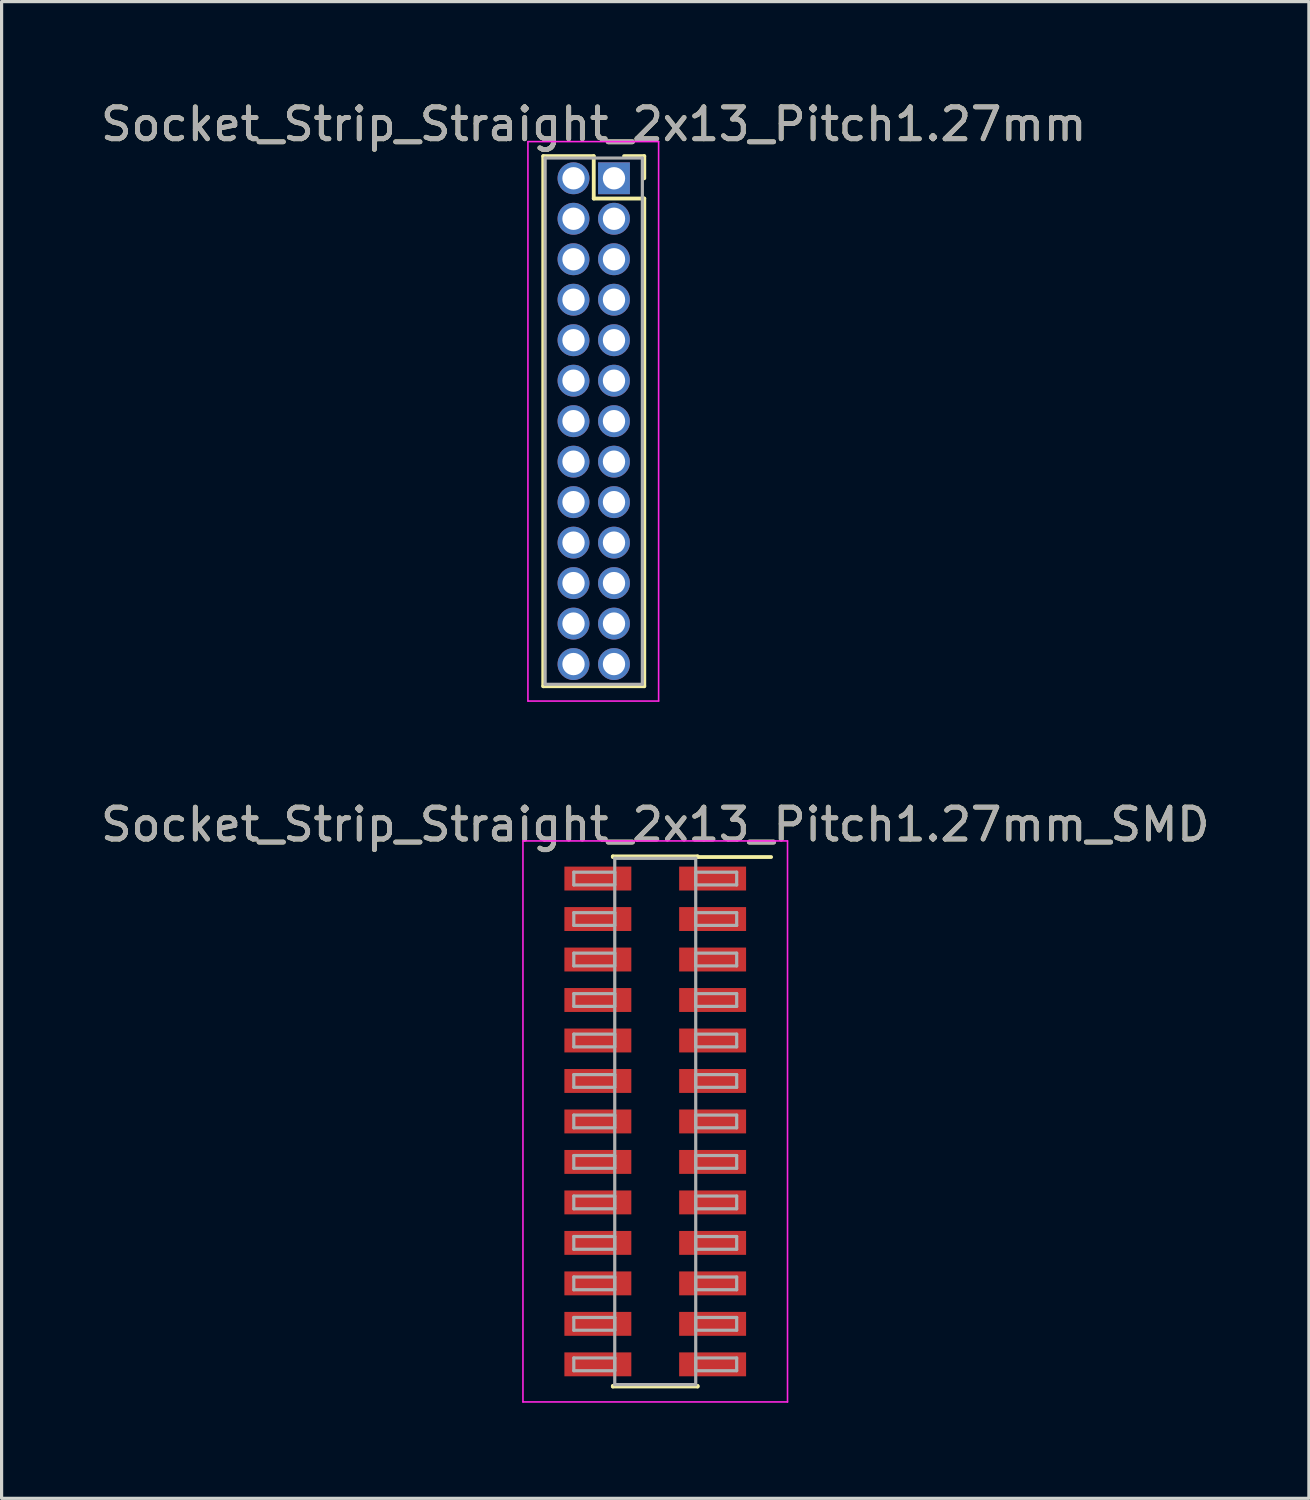
<source format=kicad_pcb>
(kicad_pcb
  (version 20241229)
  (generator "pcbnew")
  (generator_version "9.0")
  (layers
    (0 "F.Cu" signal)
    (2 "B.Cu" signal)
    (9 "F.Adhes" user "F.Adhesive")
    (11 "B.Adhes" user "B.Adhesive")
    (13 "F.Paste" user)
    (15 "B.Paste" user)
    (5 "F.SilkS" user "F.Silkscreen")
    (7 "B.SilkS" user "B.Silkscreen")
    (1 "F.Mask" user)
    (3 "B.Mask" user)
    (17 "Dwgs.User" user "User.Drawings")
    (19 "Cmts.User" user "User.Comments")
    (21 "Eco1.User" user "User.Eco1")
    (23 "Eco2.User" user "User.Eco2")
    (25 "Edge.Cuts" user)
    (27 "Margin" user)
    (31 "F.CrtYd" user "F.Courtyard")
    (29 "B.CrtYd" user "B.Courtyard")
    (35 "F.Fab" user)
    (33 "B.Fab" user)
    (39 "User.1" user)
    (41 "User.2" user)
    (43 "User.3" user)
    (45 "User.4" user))
  (footprint "Socket_Strip_Straight_2x13_Pitch1.27mm_SMD"
    (layer "F.Cu")
    (at 17.506 32.132)
    (property "Reference" "Socket_Strip_Straight_2x13_Pitch1.27mm_SMD" (at 0 -9.315 0) (layer "F.SilkS") (effects (font (size 1 1) (thickness 0.15))))
    (attr smd)
    (fp_line (start -1.33 -8.315) (end 1.33 -8.315) (stroke (width 0.12) (type solid)) (layer "F.SilkS"))
    (fp_line (start -1.33 -8.295) (end -1.33 -8.315) (stroke (width 0.12) (type solid)) (layer "F.SilkS"))
    (fp_line (start -1.33 8.295) (end -1.33 8.315) (stroke (width 0.12) (type solid)) (layer "F.SilkS"))
    (fp_line (start -1.33 8.315) (end 1.33 8.315) (stroke (width 0.12) (type solid)) (layer "F.SilkS"))
    (fp_line (start 1.33 -8.315) (end 1.33 -8.295) (stroke (width 0.12) (type solid)) (layer "F.SilkS"))
    (fp_line (start 1.33 8.315) (end 1.33 8.295) (stroke (width 0.12) (type solid)) (layer "F.SilkS"))
    (fp_line (start 3.635 -8.295) (end 1.33 -8.295) (stroke (width 0.12) (type solid)) (layer "F.SilkS"))
    (fp_line (start -4.15 -8.8) (end -4.15 8.8) (stroke (width 0.05) (type solid)) (layer "F.CrtYd"))
    (fp_line (start -4.15 8.8) (end 4.15 8.8) (stroke (width 0.05) (type solid)) (layer "F.CrtYd"))
    (fp_line (start 4.15 -8.8) (end -4.15 -8.8) (stroke (width 0.05) (type solid)) (layer "F.CrtYd"))
    (fp_line (start 4.15 8.8) (end 4.15 -8.8) (stroke (width 0.05) (type solid)) (layer "F.CrtYd"))
    (fp_line (start -2.555 -7.82) (end -1.27 -7.82) (stroke (width 0.1) (type solid)) (layer "F.Fab"))
    (fp_line (start -2.555 -7.42) (end -2.555 -7.82) (stroke (width 0.1) (type solid)) (layer "F.Fab"))
    (fp_line (start -2.555 -6.55) (end -1.27 -6.55) (stroke (width 0.1) (type solid)) (layer "F.Fab"))
    (fp_line (start -2.555 -6.15) (end -2.555 -6.55) (stroke (width 0.1) (type solid)) (layer "F.Fab"))
    (fp_line (start -2.555 -5.28) (end -1.27 -5.28) (stroke (width 0.1) (type solid)) (layer "F.Fab"))
    (fp_line (start -2.555 -4.88) (end -2.555 -5.28) (stroke (width 0.1) (type solid)) (layer "F.Fab"))
    (fp_line (start -2.555 -4.01) (end -1.27 -4.01) (stroke (width 0.1) (type solid)) (layer "F.Fab"))
    (fp_line (start -2.555 -3.61) (end -2.555 -4.01) (stroke (width 0.1) (type solid)) (layer "F.Fab"))
    (fp_line (start -2.555 -2.74) (end -1.27 -2.74) (stroke (width 0.1) (type solid)) (layer "F.Fab"))
    (fp_line (start -2.555 -2.34) (end -2.555 -2.74) (stroke (width 0.1) (type solid)) (layer "F.Fab"))
    (fp_line (start -2.555 -1.47) (end -1.27 -1.47) (stroke (width 0.1) (type solid)) (layer "F.Fab"))
    (fp_line (start -2.555 -1.07) (end -2.555 -1.47) (stroke (width 0.1) (type solid)) (layer "F.Fab"))
    (fp_line (start -2.555 -0.2) (end -1.27 -0.2) (stroke (width 0.1) (type solid)) (layer "F.Fab"))
    (fp_line (start -2.555 0.2) (end -2.555 -0.2) (stroke (width 0.1) (type solid)) (layer "F.Fab"))
    (fp_line (start -2.555 1.07) (end -1.27 1.07) (stroke (width 0.1) (type solid)) (layer "F.Fab"))
    (fp_line (start -2.555 1.47) (end -2.555 1.07) (stroke (width 0.1) (type solid)) (layer "F.Fab"))
    (fp_line (start -2.555 2.34) (end -1.27 2.34) (stroke (width 0.1) (type solid)) (layer "F.Fab"))
    (fp_line (start -2.555 2.74) (end -2.555 2.34) (stroke (width 0.1) (type solid)) (layer "F.Fab"))
    (fp_line (start -2.555 3.61) (end -1.27 3.61) (stroke (width 0.1) (type solid)) (layer "F.Fab"))
    (fp_line (start -2.555 4.01) (end -2.555 3.61) (stroke (width 0.1) (type solid)) (layer "F.Fab"))
    (fp_line (start -2.555 4.88) (end -1.27 4.88) (stroke (width 0.1) (type solid)) (layer "F.Fab"))
    (fp_line (start -2.555 5.28) (end -2.555 4.88) (stroke (width 0.1) (type solid)) (layer "F.Fab"))
    (fp_line (start -2.555 6.15) (end -1.27 6.15) (stroke (width 0.1) (type solid)) (layer "F.Fab"))
    (fp_line (start -2.555 6.55) (end -2.555 6.15) (stroke (width 0.1) (type solid)) (layer "F.Fab"))
    (fp_line (start -2.555 7.42) (end -1.27 7.42) (stroke (width 0.1) (type solid)) (layer "F.Fab"))
    (fp_line (start -2.555 7.82) (end -2.555 7.42) (stroke (width 0.1) (type solid)) (layer "F.Fab"))
    (fp_line (start -1.27 -8.255) (end -1.27 8.255) (stroke (width 0.1) (type solid)) (layer "F.Fab"))
    (fp_line (start -1.27 -7.82) (end -1.27 -7.42) (stroke (width 0.1) (type solid)) (layer "F.Fab"))
    (fp_line (start -1.27 -7.42) (end -2.555 -7.42) (stroke (width 0.1) (type solid)) (layer "F.Fab"))
    (fp_line (start -1.27 -6.55) (end -1.27 -6.15) (stroke (width 0.1) (type solid)) (layer "F.Fab"))
    (fp_line (start -1.27 -6.15) (end -2.555 -6.15) (stroke (width 0.1) (type solid)) (layer "F.Fab"))
    (fp_line (start -1.27 -5.28) (end -1.27 -4.88) (stroke (width 0.1) (type solid)) (layer "F.Fab"))
    (fp_line (start -1.27 -4.88) (end -2.555 -4.88) (stroke (width 0.1) (type solid)) (layer "F.Fab"))
    (fp_line (start -1.27 -4.01) (end -1.27 -3.61) (stroke (width 0.1) (type solid)) (layer "F.Fab"))
    (fp_line (start -1.27 -3.61) (end -2.555 -3.61) (stroke (width 0.1) (type solid)) (layer "F.Fab"))
    (fp_line (start -1.27 -2.74) (end -1.27 -2.34) (stroke (width 0.1) (type solid)) (layer "F.Fab"))
    (fp_line (start -1.27 -2.34) (end -2.555 -2.34) (stroke (width 0.1) (type solid)) (layer "F.Fab"))
    (fp_line (start -1.27 -1.47) (end -1.27 -1.07) (stroke (width 0.1) (type solid)) (layer "F.Fab"))
    (fp_line (start -1.27 -1.07) (end -2.555 -1.07) (stroke (width 0.1) (type solid)) (layer "F.Fab"))
    (fp_line (start -1.27 -0.2) (end -1.27 0.2) (stroke (width 0.1) (type solid)) (layer "F.Fab"))
    (fp_line (start -1.27 0.2) (end -2.555 0.2) (stroke (width 0.1) (type solid)) (layer "F.Fab"))
    (fp_line (start -1.27 1.07) (end -1.27 1.47) (stroke (width 0.1) (type solid)) (layer "F.Fab"))
    (fp_line (start -1.27 1.47) (end -2.555 1.47) (stroke (width 0.1) (type solid)) (layer "F.Fab"))
    (fp_line (start -1.27 2.34) (end -1.27 2.74) (stroke (width 0.1) (type solid)) (layer "F.Fab"))
    (fp_line (start -1.27 2.74) (end -2.555 2.74) (stroke (width 0.1) (type solid)) (layer "F.Fab"))
    (fp_line (start -1.27 3.61) (end -1.27 4.01) (stroke (width 0.1) (type solid)) (layer "F.Fab"))
    (fp_line (start -1.27 4.01) (end -2.555 4.01) (stroke (width 0.1) (type solid)) (layer "F.Fab"))
    (fp_line (start -1.27 4.88) (end -1.27 5.28) (stroke (width 0.1) (type solid)) (layer "F.Fab"))
    (fp_line (start -1.27 5.28) (end -2.555 5.28) (stroke (width 0.1) (type solid)) (layer "F.Fab"))
    (fp_line (start -1.27 6.15) (end -1.27 6.55) (stroke (width 0.1) (type solid)) (layer "F.Fab"))
    (fp_line (start -1.27 6.55) (end -2.555 6.55) (stroke (width 0.1) (type solid)) (layer "F.Fab"))
    (fp_line (start -1.27 7.42) (end -1.27 7.82) (stroke (width 0.1) (type solid)) (layer "F.Fab"))
    (fp_line (start -1.27 7.82) (end -2.555 7.82) (stroke (width 0.1) (type solid)) (layer "F.Fab"))
    (fp_line (start -1.27 8.255) (end 1.27 8.255) (stroke (width 0.1) (type solid)) (layer "F.Fab"))
    (fp_line (start 1.27 -8.255) (end -1.27 -8.255) (stroke (width 0.1) (type solid)) (layer "F.Fab"))
    (fp_line (start 1.27 -7.82) (end 1.27 -7.42) (stroke (width 0.1) (type solid)) (layer "F.Fab"))
    (fp_line (start 1.27 -7.42) (end 2.555 -7.42) (stroke (width 0.1) (type solid)) (layer "F.Fab"))
    (fp_line (start 1.27 -6.55) (end 1.27 -6.15) (stroke (width 0.1) (type solid)) (layer "F.Fab"))
    (fp_line (start 1.27 -6.15) (end 2.555 -6.15) (stroke (width 0.1) (type solid)) (layer "F.Fab"))
    (fp_line (start 1.27 -5.28) (end 1.27 -4.88) (stroke (width 0.1) (type solid)) (layer "F.Fab"))
    (fp_line (start 1.27 -4.88) (end 2.555 -4.88) (stroke (width 0.1) (type solid)) (layer "F.Fab"))
    (fp_line (start 1.27 -4.01) (end 1.27 -3.61) (stroke (width 0.1) (type solid)) (layer "F.Fab"))
    (fp_line (start 1.27 -3.61) (end 2.555 -3.61) (stroke (width 0.1) (type solid)) (layer "F.Fab"))
    (fp_line (start 1.27 -2.74) (end 1.27 -2.34) (stroke (width 0.1) (type solid)) (layer "F.Fab"))
    (fp_line (start 1.27 -2.34) (end 2.555 -2.34) (stroke (width 0.1) (type solid)) (layer "F.Fab"))
    (fp_line (start 1.27 -1.47) (end 1.27 -1.07) (stroke (width 0.1) (type solid)) (layer "F.Fab"))
    (fp_line (start 1.27 -1.07) (end 2.555 -1.07) (stroke (width 0.1) (type solid)) (layer "F.Fab"))
    (fp_line (start 1.27 -0.2) (end 1.27 0.2) (stroke (width 0.1) (type solid)) (layer "F.Fab"))
    (fp_line (start 1.27 0.2) (end 2.555 0.2) (stroke (width 0.1) (type solid)) (layer "F.Fab"))
    (fp_line (start 1.27 1.07) (end 1.27 1.47) (stroke (width 0.1) (type solid)) (layer "F.Fab"))
    (fp_line (start 1.27 1.47) (end 2.555 1.47) (stroke (width 0.1) (type solid)) (layer "F.Fab"))
    (fp_line (start 1.27 2.34) (end 1.27 2.74) (stroke (width 0.1) (type solid)) (layer "F.Fab"))
    (fp_line (start 1.27 2.74) (end 2.555 2.74) (stroke (width 0.1) (type solid)) (layer "F.Fab"))
    (fp_line (start 1.27 3.61) (end 1.27 4.01) (stroke (width 0.1) (type solid)) (layer "F.Fab"))
    (fp_line (start 1.27 4.01) (end 2.555 4.01) (stroke (width 0.1) (type solid)) (layer "F.Fab"))
    (fp_line (start 1.27 4.88) (end 1.27 5.28) (stroke (width 0.1) (type solid)) (layer "F.Fab"))
    (fp_line (start 1.27 5.28) (end 2.555 5.28) (stroke (width 0.1) (type solid)) (layer "F.Fab"))
    (fp_line (start 1.27 6.15) (end 1.27 6.55) (stroke (width 0.1) (type solid)) (layer "F.Fab"))
    (fp_line (start 1.27 6.55) (end 2.555 6.55) (stroke (width 0.1) (type solid)) (layer "F.Fab"))
    (fp_line (start 1.27 7.42) (end 1.27 7.82) (stroke (width 0.1) (type solid)) (layer "F.Fab"))
    (fp_line (start 1.27 7.82) (end 2.555 7.82) (stroke (width 0.1) (type solid)) (layer "F.Fab"))
    (fp_line (start 1.27 8.255) (end 1.27 -8.255) (stroke (width 0.1) (type solid)) (layer "F.Fab"))
    (fp_line (start 2.555 -7.82) (end 1.27 -7.82) (stroke (width 0.1) (type solid)) (layer "F.Fab"))
    (fp_line (start 2.555 -7.42) (end 2.555 -7.82) (stroke (width 0.1) (type solid)) (layer "F.Fab"))
    (fp_line (start 2.555 -6.55) (end 1.27 -6.55) (stroke (width 0.1) (type solid)) (layer "F.Fab"))
    (fp_line (start 2.555 -6.15) (end 2.555 -6.55) (stroke (width 0.1) (type solid)) (layer "F.Fab"))
    (fp_line (start 2.555 -5.28) (end 1.27 -5.28) (stroke (width 0.1) (type solid)) (layer "F.Fab"))
    (fp_line (start 2.555 -4.88) (end 2.555 -5.28) (stroke (width 0.1) (type solid)) (layer "F.Fab"))
    (fp_line (start 2.555 -4.01) (end 1.27 -4.01) (stroke (width 0.1) (type solid)) (layer "F.Fab"))
    (fp_line (start 2.555 -3.61) (end 2.555 -4.01) (stroke (width 0.1) (type solid)) (layer "F.Fab"))
    (fp_line (start 2.555 -2.74) (end 1.27 -2.74) (stroke (width 0.1) (type solid)) (layer "F.Fab"))
    (fp_line (start 2.555 -2.34) (end 2.555 -2.74) (stroke (width 0.1) (type solid)) (layer "F.Fab"))
    (fp_line (start 2.555 -1.47) (end 1.27 -1.47) (stroke (width 0.1) (type solid)) (layer "F.Fab"))
    (fp_line (start 2.555 -1.07) (end 2.555 -1.47) (stroke (width 0.1) (type solid)) (layer "F.Fab"))
    (fp_line (start 2.555 -0.2) (end 1.27 -0.2) (stroke (width 0.1) (type solid)) (layer "F.Fab"))
    (fp_line (start 2.555 0.2) (end 2.555 -0.2) (stroke (width 0.1) (type solid)) (layer "F.Fab"))
    (fp_line (start 2.555 1.07) (end 1.27 1.07) (stroke (width 0.1) (type solid)) (layer "F.Fab"))
    (fp_line (start 2.555 1.47) (end 2.555 1.07) (stroke (width 0.1) (type solid)) (layer "F.Fab"))
    (fp_line (start 2.555 2.34) (end 1.27 2.34) (stroke (width 0.1) (type solid)) (layer "F.Fab"))
    (fp_line (start 2.555 2.74) (end 2.555 2.34) (stroke (width 0.1) (type solid)) (layer "F.Fab"))
    (fp_line (start 2.555 3.61) (end 1.27 3.61) (stroke (width 0.1) (type solid)) (layer "F.Fab"))
    (fp_line (start 2.555 4.01) (end 2.555 3.61) (stroke (width 0.1) (type solid)) (layer "F.Fab"))
    (fp_line (start 2.555 4.88) (end 1.27 4.88) (stroke (width 0.1) (type solid)) (layer "F.Fab"))
    (fp_line (start 2.555 5.28) (end 2.555 4.88) (stroke (width 0.1) (type solid)) (layer "F.Fab"))
    (fp_line (start 2.555 6.15) (end 1.27 6.15) (stroke (width 0.1) (type solid)) (layer "F.Fab"))
    (fp_line (start 2.555 6.55) (end 2.555 6.15) (stroke (width 0.1) (type solid)) (layer "F.Fab"))
    (fp_line (start 2.555 7.42) (end 1.27 7.42) (stroke (width 0.1) (type solid)) (layer "F.Fab"))
    (fp_line (start 2.555 7.82) (end 2.555 7.42) (stroke (width 0.1) (type solid)) (layer "F.Fab"))
    (fp_text user "${REFERENCE}" (at 0 -9.315 0) (layer "F.Fab") (effects (font (size 1 1) (thickness 0.15))))
    (pad "1" smd rect (at 1.8 -7.62) (size 2.1 0.75) (layers "F.Cu" "F.Mask" "F.Paste"))
    (pad "2" smd rect (at -1.8 -7.62) (size 2.1 0.75) (layers "F.Cu" "F.Mask" "F.Paste"))
    (pad "3" smd rect (at 1.8 -6.35) (size 2.1 0.75) (layers "F.Cu" "F.Mask" "F.Paste"))
    (pad "4" smd rect (at -1.8 -6.35) (size 2.1 0.75) (layers "F.Cu" "F.Mask" "F.Paste"))
    (pad "5" smd rect (at 1.8 -5.08) (size 2.1 0.75) (layers "F.Cu" "F.Mask" "F.Paste"))
    (pad "6" smd rect (at -1.8 -5.08) (size 2.1 0.75) (layers "F.Cu" "F.Mask" "F.Paste"))
    (pad "7" smd rect (at 1.8 -3.81) (size 2.1 0.75) (layers "F.Cu" "F.Mask" "F.Paste"))
    (pad "8" smd rect (at -1.8 -3.81) (size 2.1 0.75) (layers "F.Cu" "F.Mask" "F.Paste"))
    (pad "9" smd rect (at 1.8 -2.54) (size 2.1 0.75) (layers "F.Cu" "F.Mask" "F.Paste"))
    (pad "10" smd rect (at -1.8 -2.54) (size 2.1 0.75) (layers "F.Cu" "F.Mask" "F.Paste"))
    (pad "11" smd rect (at 1.8 -1.27) (size 2.1 0.75) (layers "F.Cu" "F.Mask" "F.Paste"))
    (pad "12" smd rect (at -1.8 -1.27) (size 2.1 0.75) (layers "F.Cu" "F.Mask" "F.Paste"))
    (pad "13" smd rect (at 1.8 0) (size 2.1 0.75) (layers "F.Cu" "F.Mask" "F.Paste"))
    (pad "14" smd rect (at -1.8 0) (size 2.1 0.75) (layers "F.Cu" "F.Mask" "F.Paste"))
    (pad "15" smd rect (at 1.8 1.27) (size 2.1 0.75) (layers "F.Cu" "F.Mask" "F.Paste"))
    (pad "16" smd rect (at -1.8 1.27) (size 2.1 0.75) (layers "F.Cu" "F.Mask" "F.Paste"))
    (pad "17" smd rect (at 1.8 2.54) (size 2.1 0.75) (layers "F.Cu" "F.Mask" "F.Paste"))
    (pad "18" smd rect (at -1.8 2.54) (size 2.1 0.75) (layers "F.Cu" "F.Mask" "F.Paste"))
    (pad "19" smd rect (at 1.8 3.81) (size 2.1 0.75) (layers "F.Cu" "F.Mask" "F.Paste"))
    (pad "20" smd rect (at -1.8 3.81) (size 2.1 0.75) (layers "F.Cu" "F.Mask" "F.Paste"))
    (pad "21" smd rect (at 1.8 5.08) (size 2.1 0.75) (layers "F.Cu" "F.Mask" "F.Paste"))
    (pad "22" smd rect (at -1.8 5.08) (size 2.1 0.75) (layers "F.Cu" "F.Mask" "F.Paste"))
    (pad "23" smd rect (at 1.8 6.35) (size 2.1 0.75) (layers "F.Cu" "F.Mask" "F.Paste"))
    (pad "24" smd rect (at -1.8 6.35) (size 2.1 0.75) (layers "F.Cu" "F.Mask" "F.Paste"))
    (pad "25" smd rect (at 1.8 7.62) (size 2.1 0.75) (layers "F.Cu" "F.Mask" "F.Paste"))
    (pad "26" smd rect (at -1.8 7.62) (size 2.1 0.75) (layers "F.Cu" "F.Mask" "F.Paste")))
  (footprint "Socket_Strip_Straight_2x13_Pitch1.27mm"
    (layer "F.Cu")
    (at 16.212 2.543)
    (property "Reference" "Socket_Strip_Straight_2x13_Pitch1.27mm" (at -0.635 -1.695 0) (layer "F.SilkS") (effects (font (size 1 1) (thickness 0.15))))
    (attr through_hole)
    (fp_line (start -2.22 -0.695) (end -0.635 -0.695) (stroke (width 0.12) (type solid)) (layer "F.SilkS"))
    (fp_line (start -2.22 15.935) (end -2.22 -0.695) (stroke (width 0.12) (type solid)) (layer "F.SilkS"))
    (fp_line (start -0.635 -0.695) (end -0.635 0.635) (stroke (width 0.12) (type solid)) (layer "F.SilkS"))
    (fp_line (start -0.635 0.635) (end 0.95 0.635) (stroke (width 0.12) (type solid)) (layer "F.SilkS"))
    (fp_line (start 0.95 -0.695) (end 0.315 -0.695) (stroke (width 0.12) (type solid)) (layer "F.SilkS"))
    (fp_line (start 0.95 0) (end 0.95 -0.695) (stroke (width 0.12) (type solid)) (layer "F.SilkS"))
    (fp_line (start 0.95 0.635) (end 0.95 15.935) (stroke (width 0.12) (type solid)) (layer "F.SilkS"))
    (fp_line (start 0.95 15.935) (end -2.22 15.935) (stroke (width 0.12) (type solid)) (layer "F.SilkS"))
    (fp_line (start -2.7 -1.15) (end -2.7 16.4) (stroke (width 0.05) (type solid)) (layer "F.CrtYd"))
    (fp_line (start -2.7 16.4) (end 1.4 16.4) (stroke (width 0.05) (type solid)) (layer "F.CrtYd"))
    (fp_line (start 1.4 -1.15) (end -2.7 -1.15) (stroke (width 0.05) (type solid)) (layer "F.CrtYd"))
    (fp_line (start 1.4 16.4) (end 1.4 -1.15) (stroke (width 0.05) (type solid)) (layer "F.CrtYd"))
    (fp_line (start -2.16 -0.635) (end -2.16 15.875) (stroke (width 0.1) (type solid)) (layer "F.Fab"))
    (fp_line (start -2.16 15.875) (end 0.89 15.875) (stroke (width 0.1) (type solid)) (layer "F.Fab"))
    (fp_line (start 0.89 -0.635) (end -2.16 -0.635) (stroke (width 0.1) (type solid)) (layer "F.Fab"))
    (fp_line (start 0.89 15.875) (end 0.89 -0.635) (stroke (width 0.1) (type solid)) (layer "F.Fab"))
    (fp_text user "${REFERENCE}" (at -0.635 -1.695 0) (layer "F.Fab") (effects (font (size 1 1) (thickness 0.15))))
    (pad "1" thru_hole rect (at 0 0) (size 1 1) (drill 0.7) (layers "*.Cu" "*.Mask"))
    (pad "2" thru_hole oval (at -1.27 0) (size 1 1) (drill 0.7) (layers "*.Cu" "*.Mask"))
    (pad "3" thru_hole oval (at 0 1.27) (size 1 1) (drill 0.7) (layers "*.Cu" "*.Mask"))
    (pad "4" thru_hole oval (at -1.27 1.27) (size 1 1) (drill 0.7) (layers "*.Cu" "*.Mask"))
    (pad "5" thru_hole oval (at 0 2.54) (size 1 1) (drill 0.7) (layers "*.Cu" "*.Mask"))
    (pad "6" thru_hole oval (at -1.27 2.54) (size 1 1) (drill 0.7) (layers "*.Cu" "*.Mask"))
    (pad "7" thru_hole oval (at 0 3.81) (size 1 1) (drill 0.7) (layers "*.Cu" "*.Mask"))
    (pad "8" thru_hole oval (at -1.27 3.81) (size 1 1) (drill 0.7) (layers "*.Cu" "*.Mask"))
    (pad "9" thru_hole oval (at 0 5.08) (size 1 1) (drill 0.7) (layers "*.Cu" "*.Mask"))
    (pad "10" thru_hole oval (at -1.27 5.08) (size 1 1) (drill 0.7) (layers "*.Cu" "*.Mask"))
    (pad "11" thru_hole oval (at 0 6.35) (size 1 1) (drill 0.7) (layers "*.Cu" "*.Mask"))
    (pad "12" thru_hole oval (at -1.27 6.35) (size 1 1) (drill 0.7) (layers "*.Cu" "*.Mask"))
    (pad "13" thru_hole oval (at 0 7.62) (size 1 1) (drill 0.7) (layers "*.Cu" "*.Mask"))
    (pad "14" thru_hole oval (at -1.27 7.62) (size 1 1) (drill 0.7) (layers "*.Cu" "*.Mask"))
    (pad "15" thru_hole oval (at 0 8.89) (size 1 1) (drill 0.7) (layers "*.Cu" "*.Mask"))
    (pad "16" thru_hole oval (at -1.27 8.89) (size 1 1) (drill 0.7) (layers "*.Cu" "*.Mask"))
    (pad "17" thru_hole oval (at 0 10.16) (size 1 1) (drill 0.7) (layers "*.Cu" "*.Mask"))
    (pad "18" thru_hole oval (at -1.27 10.16) (size 1 1) (drill 0.7) (layers "*.Cu" "*.Mask"))
    (pad "19" thru_hole oval (at 0 11.43) (size 1 1) (drill 0.7) (layers "*.Cu" "*.Mask"))
    (pad "20" thru_hole oval (at -1.27 11.43) (size 1 1) (drill 0.7) (layers "*.Cu" "*.Mask"))
    (pad "21" thru_hole oval (at 0 12.7) (size 1 1) (drill 0.7) (layers "*.Cu" "*.Mask"))
    (pad "22" thru_hole oval (at -1.27 12.7) (size 1 1) (drill 0.7) (layers "*.Cu" "*.Mask"))
    (pad "23" thru_hole oval (at 0 13.97) (size 1 1) (drill 0.7) (layers "*.Cu" "*.Mask"))
    (pad "24" thru_hole oval (at -1.27 13.97) (size 1 1) (drill 0.7) (layers "*.Cu" "*.Mask"))
    (pad "25" thru_hole oval (at 0 15.24) (size 1 1) (drill 0.7) (layers "*.Cu" "*.Mask"))
    (pad "26" thru_hole oval (at -1.27 15.24) (size 1 1) (drill 0.7) (layers "*.Cu" "*.Mask")))
  (gr_rect
    (start -3 -3)
    (end 38.012 43.956)
    (stroke (width 0.1) (type default))
    (fill no)
    (layer "Edge.Cuts")))
</source>
